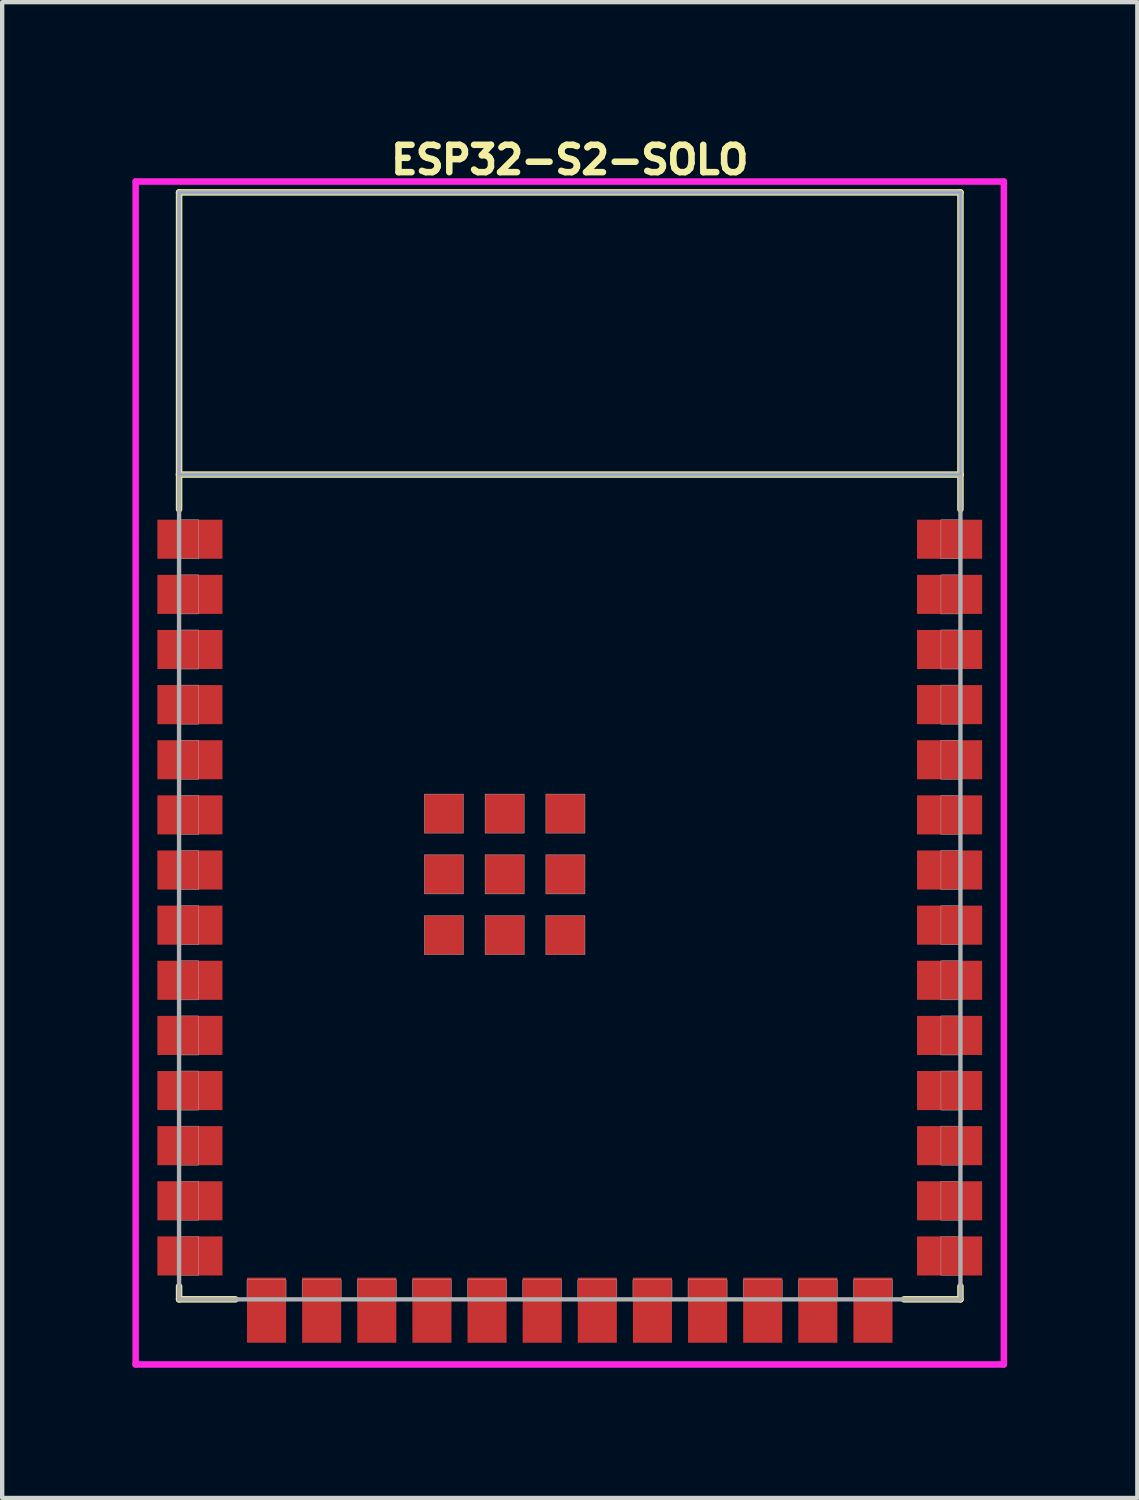
<source format=kicad_pcb>
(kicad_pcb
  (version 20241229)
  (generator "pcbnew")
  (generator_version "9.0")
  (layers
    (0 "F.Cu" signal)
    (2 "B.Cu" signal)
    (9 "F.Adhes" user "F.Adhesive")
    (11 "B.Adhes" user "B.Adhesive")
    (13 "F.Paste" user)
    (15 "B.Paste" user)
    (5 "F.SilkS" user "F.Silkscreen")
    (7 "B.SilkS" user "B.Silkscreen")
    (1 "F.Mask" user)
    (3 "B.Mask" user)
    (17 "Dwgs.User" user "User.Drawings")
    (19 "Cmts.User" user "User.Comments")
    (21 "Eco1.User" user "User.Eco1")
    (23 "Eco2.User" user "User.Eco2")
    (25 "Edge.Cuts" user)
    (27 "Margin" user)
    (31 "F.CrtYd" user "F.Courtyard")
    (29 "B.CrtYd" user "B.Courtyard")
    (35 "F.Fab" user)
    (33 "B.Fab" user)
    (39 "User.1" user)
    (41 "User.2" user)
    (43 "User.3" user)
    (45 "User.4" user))
  (footprint "ESP32-S2-SOLO"
    (layer "F.Cu")
    (at 10.075 27.382)
    (property "Reference" "ESP32-S2-SOLO" (at 0 -26.75 0) (layer "F.SilkS") (effects (font (size 0.63 0.63) (thickness 0.15))))
    (attr smd)
    (fp_line (start -9 -26) (end -9 -19.5) (stroke (width 0.15) (type solid)) (layer "F.SilkS"))
    (fp_line (start -9 -26) (end 9 -26) (stroke (width 0.15) (type solid)) (layer "F.SilkS"))
    (fp_line (start -9 -19.5) (end -9 -18.7) (stroke (width 0.15) (type solid)) (layer "F.SilkS"))
    (fp_line (start -9 -0.8) (end -9 -0.5) (stroke (width 0.15) (type solid)) (layer "F.SilkS"))
    (fp_line (start -9 -0.5) (end -7.7 -0.5) (stroke (width 0.15) (type solid)) (layer "F.SilkS"))
    (fp_line (start 7.7 -0.5) (end 9 -0.5) (stroke (width 0.15) (type solid)) (layer "F.SilkS"))
    (fp_line (start 9 -26) (end 9 -19.5) (stroke (width 0.15) (type solid)) (layer "F.SilkS"))
    (fp_line (start 9 -19.5) (end -9 -19.5) (stroke (width 0.15) (type solid)) (layer "F.SilkS"))
    (fp_line (start 9 -19.5) (end 9 -18.7) (stroke (width 0.15) (type solid)) (layer "F.SilkS"))
    (fp_line (start 9 -0.5) (end 9 -0.8) (stroke (width 0.15) (type solid)) (layer "F.SilkS"))
    (fp_poly (pts (xy -9 -26) (xy 9 -26) (xy 9 -19.5) (xy -9 -19.5)) (stroke (width 0.01) (type solid)) (fill no) (layer "B.CrtYd"))
    (fp_line (start -10 -26.25) (end 10 -26.25) (stroke (width 0.15) (type solid)) (layer "F.CrtYd"))
    (fp_line (start -10 1) (end -10 -26.25) (stroke (width 0.15) (type solid)) (layer "F.CrtYd"))
    (fp_line (start 10 -26.25) (end 10 1) (stroke (width 0.15) (type solid)) (layer "F.CrtYd"))
    (fp_line (start 10 1) (end -10 1) (stroke (width 0.15) (type solid)) (layer "F.CrtYd"))
    (fp_poly (pts (xy -9 -26) (xy 9 -26) (xy 9 -19.5) (xy -9 -19.5)) (stroke (width 0.01) (type solid)) (fill no) (layer "F.CrtYd"))
    (fp_line (start -9 -26) (end -9 -19.5) (stroke (width 0.1) (type solid)) (layer "F.Fab"))
    (fp_line (start -9 -19.5) (end -9 -0.5) (stroke (width 0.1) (type solid)) (layer "F.Fab"))
    (fp_line (start -9 -19.5) (end 9 -19.5) (stroke (width 0.1) (type solid)) (layer "F.Fab"))
    (fp_line (start -9 -0.5) (end 9 -0.5) (stroke (width 0.1) (type solid)) (layer "F.Fab"))
    (fp_line (start 9 -26) (end -9 -26) (stroke (width 0.1) (type solid)) (layer "F.Fab"))
    (fp_line (start 9 -19.5) (end 9 -26) (stroke (width 0.1) (type solid)) (layer "F.Fab"))
    (fp_line (start 9 -0.5) (end 9 -19.5) (stroke (width 0.1) (type solid)) (layer "F.Fab"))
    (fp_poly (pts (xy -9 -18.46) (xy -8.55 -18.46) (xy -8.55 -17.56) (xy -9 -17.56)) (stroke (width 0.01) (type solid)) (fill no) (layer "F.Fab"))
    (fp_poly (pts (xy -9 -17.19) (xy -8.55 -17.19) (xy -8.55 -16.29) (xy -9 -16.29)) (stroke (width 0.01) (type solid)) (fill no) (layer "F.Fab"))
    (fp_poly (pts (xy -9 -15.92) (xy -8.55 -15.92) (xy -8.55 -15.02) (xy -9 -15.02)) (stroke (width 0.01) (type solid)) (fill no) (layer "F.Fab"))
    (fp_poly (pts (xy -9 -14.65) (xy -8.55 -14.65) (xy -8.55 -13.75) (xy -9 -13.75)) (stroke (width 0.01) (type solid)) (fill no) (layer "F.Fab"))
    (fp_poly (pts (xy -9 -13.38) (xy -8.55 -13.38) (xy -8.55 -12.48) (xy -9 -12.48)) (stroke (width 0.01) (type solid)) (fill no) (layer "F.Fab"))
    (fp_poly (pts (xy -9 -12.11) (xy -8.55 -12.11) (xy -8.55 -11.21) (xy -9 -11.21)) (stroke (width 0.01) (type solid)) (fill no) (layer "F.Fab"))
    (fp_poly (pts (xy -9 -10.84) (xy -8.55 -10.84) (xy -8.55 -9.94) (xy -9 -9.94)) (stroke (width 0.01) (type solid)) (fill no) (layer "F.Fab"))
    (fp_poly (pts (xy -9 -9.57) (xy -8.55 -9.57) (xy -8.55 -8.67) (xy -9 -8.67)) (stroke (width 0.01) (type solid)) (fill no) (layer "F.Fab"))
    (fp_poly (pts (xy -9 -8.3) (xy -8.55 -8.3) (xy -8.55 -7.4) (xy -9 -7.4)) (stroke (width 0.01) (type solid)) (fill no) (layer "F.Fab"))
    (fp_poly (pts (xy -9 -7.03) (xy -8.55 -7.03) (xy -8.55 -6.13) (xy -9 -6.13)) (stroke (width 0.01) (type solid)) (fill no) (layer "F.Fab"))
    (fp_poly (pts (xy -9 -5.76) (xy -8.55 -5.76) (xy -8.55 -4.86) (xy -9 -4.86)) (stroke (width 0.01) (type solid)) (fill no) (layer "F.Fab"))
    (fp_poly (pts (xy -9 -4.49) (xy -8.55 -4.49) (xy -8.55 -3.59) (xy -9 -3.59)) (stroke (width 0.01) (type solid)) (fill no) (layer "F.Fab"))
    (fp_poly (pts (xy -9 -3.22) (xy -8.55 -3.22) (xy -8.55 -2.32) (xy -9 -2.32)) (stroke (width 0.01) (type solid)) (fill no) (layer "F.Fab"))
    (fp_poly (pts (xy -9 -1.95) (xy -8.55 -1.95) (xy -8.55 -1.05) (xy -9 -1.05)) (stroke (width 0.01) (type solid)) (fill no) (layer "F.Fab"))
    (fp_poly (pts (xy -7.435 -0.95) (xy -6.535 -0.95) (xy -6.535 -0.5) (xy -7.435 -0.5)) (stroke (width 0.01) (type solid)) (fill no) (layer "F.Fab"))
    (fp_poly (pts (xy -6.165 -0.95) (xy -5.265 -0.95) (xy -5.265 -0.5) (xy -6.165 -0.5)) (stroke (width 0.01) (type solid)) (fill no) (layer "F.Fab"))
    (fp_poly (pts (xy -4.895 -0.95) (xy -3.995 -0.95) (xy -3.995 -0.5) (xy -4.895 -0.5)) (stroke (width 0.01) (type solid)) (fill no) (layer "F.Fab"))
    (fp_poly (pts (xy -3.625 -0.95) (xy -2.725 -0.95) (xy -2.725 -0.5) (xy -3.625 -0.5)) (stroke (width 0.01) (type solid)) (fill no) (layer "F.Fab"))
    (fp_poly (pts (xy -3.35 -12.14) (xy -2.45 -12.14) (xy -2.45 -11.24) (xy -3.35 -11.24)) (stroke (width 0.01) (type solid)) (fill no) (layer "F.Fab"))
    (fp_poly (pts (xy -3.35 -10.74) (xy -2.45 -10.74) (xy -2.45 -9.84) (xy -3.35 -9.84)) (stroke (width 0.01) (type solid)) (fill no) (layer "F.Fab"))
    (fp_poly (pts (xy -3.35 -9.34) (xy -2.45 -9.34) (xy -2.45 -8.44) (xy -3.35 -8.44)) (stroke (width 0.01) (type solid)) (fill no) (layer "F.Fab"))
    (fp_poly (pts (xy -2.355 -0.95) (xy -1.455 -0.95) (xy -1.455 -0.5) (xy -2.355 -0.5)) (stroke (width 0.01) (type solid)) (fill no) (layer "F.Fab"))
    (fp_poly (pts (xy -1.95 -12.14) (xy -1.05 -12.14) (xy -1.05 -11.24) (xy -1.95 -11.24)) (stroke (width 0.01) (type solid)) (fill no) (layer "F.Fab"))
    (fp_poly (pts (xy -1.95 -10.74) (xy -1.05 -10.74) (xy -1.05 -9.84) (xy -1.95 -9.84)) (stroke (width 0.01) (type solid)) (fill no) (layer "F.Fab"))
    (fp_poly (pts (xy -1.95 -9.34) (xy -1.05 -9.34) (xy -1.05 -8.44) (xy -1.95 -8.44)) (stroke (width 0.01) (type solid)) (fill no) (layer "F.Fab"))
    (fp_poly (pts (xy -1.085 -0.95) (xy -0.185 -0.95) (xy -0.185 -0.5) (xy -1.085 -0.5)) (stroke (width 0.01) (type solid)) (fill no) (layer "F.Fab"))
    (fp_poly (pts (xy -0.55 -12.14) (xy 0.35 -12.14) (xy 0.35 -11.24) (xy -0.55 -11.24)) (stroke (width 0.01) (type solid)) (fill no) (layer "F.Fab"))
    (fp_poly (pts (xy -0.55 -10.74) (xy 0.35 -10.74) (xy 0.35 -9.84) (xy -0.55 -9.84)) (stroke (width 0.01) (type solid)) (fill no) (layer "F.Fab"))
    (fp_poly (pts (xy -0.55 -9.34) (xy 0.35 -9.34) (xy 0.35 -8.44) (xy -0.55 -8.44)) (stroke (width 0.01) (type solid)) (fill no) (layer "F.Fab"))
    (fp_poly (pts (xy 0.185 -0.95) (xy 1.085 -0.95) (xy 1.085 -0.5) (xy 0.185 -0.5)) (stroke (width 0.01) (type solid)) (fill no) (layer "F.Fab"))
    (fp_poly (pts (xy 1.455 -0.95) (xy 2.355 -0.95) (xy 2.355 -0.5) (xy 1.455 -0.5)) (stroke (width 0.01) (type solid)) (fill no) (layer "F.Fab"))
    (fp_poly (pts (xy 2.725 -0.95) (xy 3.625 -0.95) (xy 3.625 -0.5) (xy 2.725 -0.5)) (stroke (width 0.01) (type solid)) (fill no) (layer "F.Fab"))
    (fp_poly (pts (xy 3.995 -0.95) (xy 4.895 -0.95) (xy 4.895 -0.5) (xy 3.995 -0.5)) (stroke (width 0.01) (type solid)) (fill no) (layer "F.Fab"))
    (fp_poly (pts (xy 5.265 -0.95) (xy 6.165 -0.95) (xy 6.165 -0.5) (xy 5.265 -0.5)) (stroke (width 0.01) (type solid)) (fill no) (layer "F.Fab"))
    (fp_poly (pts (xy 6.535 -0.95) (xy 7.435 -0.95) (xy 7.435 -0.5) (xy 6.535 -0.5)) (stroke (width 0.01) (type solid)) (fill no) (layer "F.Fab"))
    (fp_poly (pts (xy 8.55 -18.46) (xy 9 -18.46) (xy 9 -17.56) (xy 8.55 -17.56)) (stroke (width 0.01) (type solid)) (fill no) (layer "F.Fab"))
    (fp_poly (pts (xy 8.55 -17.19) (xy 9 -17.19) (xy 9 -16.29) (xy 8.55 -16.29)) (stroke (width 0.01) (type solid)) (fill no) (layer "F.Fab"))
    (fp_poly (pts (xy 8.55 -15.92) (xy 9 -15.92) (xy 9 -15.02) (xy 8.55 -15.02)) (stroke (width 0.01) (type solid)) (fill no) (layer "F.Fab"))
    (fp_poly (pts (xy 8.55 -14.65) (xy 9 -14.65) (xy 9 -13.75) (xy 8.55 -13.75)) (stroke (width 0.01) (type solid)) (fill no) (layer "F.Fab"))
    (fp_poly (pts (xy 8.55 -13.38) (xy 9 -13.38) (xy 9 -12.48) (xy 8.55 -12.48)) (stroke (width 0.01) (type solid)) (fill no) (layer "F.Fab"))
    (fp_poly (pts (xy 8.55 -12.11) (xy 9 -12.11) (xy 9 -11.21) (xy 8.55 -11.21)) (stroke (width 0.01) (type solid)) (fill no) (layer "F.Fab"))
    (fp_poly (pts (xy 8.55 -10.84) (xy 9 -10.84) (xy 9 -9.94) (xy 8.55 -9.94)) (stroke (width 0.01) (type solid)) (fill no) (layer "F.Fab"))
    (fp_poly (pts (xy 8.55 -9.57) (xy 9 -9.57) (xy 9 -8.67) (xy 8.55 -8.67)) (stroke (width 0.01) (type solid)) (fill no) (layer "F.Fab"))
    (fp_poly (pts (xy 8.55 -8.3) (xy 9 -8.3) (xy 9 -7.4) (xy 8.55 -7.4)) (stroke (width 0.01) (type solid)) (fill no) (layer "F.Fab"))
    (fp_poly (pts (xy 8.55 -7.03) (xy 9 -7.03) (xy 9 -6.13) (xy 8.55 -6.13)) (stroke (width 0.01) (type solid)) (fill no) (layer "F.Fab"))
    (fp_poly (pts (xy 8.55 -5.76) (xy 9 -5.76) (xy 9 -4.86) (xy 8.55 -4.86)) (stroke (width 0.01) (type solid)) (fill no) (layer "F.Fab"))
    (fp_poly (pts (xy 8.55 -4.49) (xy 9 -4.49) (xy 9 -3.59) (xy 8.55 -3.59)) (stroke (width 0.01) (type solid)) (fill no) (layer "F.Fab"))
    (fp_poly (pts (xy 8.55 -3.22) (xy 9 -3.22) (xy 9 -2.32) (xy 8.55 -2.32)) (stroke (width 0.01) (type solid)) (fill no) (layer "F.Fab"))
    (fp_poly (pts (xy 8.55 -1.95) (xy 9 -1.95) (xy 9 -1.05) (xy 8.55 -1.05)) (stroke (width 0.01) (type solid)) (fill no) (layer "F.Fab"))
    (pad "1" smd rect (at -8.75 -18.01) (size 1.5 0.9) (layers "F.Cu" "F.Mask" "F.Paste"))
    (pad "2" smd rect (at -8.75 -16.74) (size 1.5 0.9) (layers "F.Cu" "F.Mask" "F.Paste"))
    (pad "3" smd rect (at -8.75 -15.47) (size 1.5 0.9) (layers "F.Cu" "F.Mask" "F.Paste"))
    (pad "4" smd rect (at -8.75 -14.2) (size 1.5 0.9) (layers "F.Cu" "F.Mask" "F.Paste"))
    (pad "5" smd rect (at -8.75 -12.93) (size 1.5 0.9) (layers "F.Cu" "F.Mask" "F.Paste"))
    (pad "6" smd rect (at -8.75 -11.66) (size 1.5 0.9) (layers "F.Cu" "F.Mask" "F.Paste"))
    (pad "7" smd rect (at -8.75 -10.39) (size 1.5 0.9) (layers "F.Cu" "F.Mask" "F.Paste"))
    (pad "8" smd rect (at -8.75 -9.12) (size 1.5 0.9) (layers "F.Cu" "F.Mask" "F.Paste"))
    (pad "9" smd rect (at -8.75 -7.85) (size 1.5 0.9) (layers "F.Cu" "F.Mask" "F.Paste"))
    (pad "10" smd rect (at -8.75 -6.58) (size 1.5 0.9) (layers "F.Cu" "F.Mask" "F.Paste"))
    (pad "11" smd rect (at -8.75 -5.31) (size 1.5 0.9) (layers "F.Cu" "F.Mask" "F.Paste"))
    (pad "12" smd rect (at -8.75 -4.04) (size 1.5 0.9) (layers "F.Cu" "F.Mask" "F.Paste"))
    (pad "13" smd rect (at -8.75 -2.77) (size 1.5 0.9) (layers "F.Cu" "F.Mask" "F.Paste"))
    (pad "14" smd rect (at -8.75 -1.5) (size 1.5 0.9) (layers "F.Cu" "F.Mask" "F.Paste"))
    (pad "15" smd rect (at -6.985 -0.25) (size 0.9 1.5) (layers "F.Cu" "F.Mask" "F.Paste"))
    (pad "16" smd rect (at -5.715 -0.25) (size 0.9 1.5) (layers "F.Cu" "F.Mask" "F.Paste"))
    (pad "17" smd rect (at -4.445 -0.25) (size 0.9 1.5) (layers "F.Cu" "F.Mask" "F.Paste"))
    (pad "18" smd rect (at -3.175 -0.25) (size 0.9 1.5) (layers "F.Cu" "F.Mask" "F.Paste"))
    (pad "19" smd rect (at -1.905 -0.25) (size 0.9 1.5) (layers "F.Cu" "F.Mask" "F.Paste"))
    (pad "20" smd rect (at -0.635 -0.25) (size 0.9 1.5) (layers "F.Cu" "F.Mask" "F.Paste"))
    (pad "21" smd rect (at 0.635 -0.25) (size 0.9 1.5) (layers "F.Cu" "F.Mask" "F.Paste"))
    (pad "22" smd rect (at 1.905 -0.25) (size 0.9 1.5) (layers "F.Cu" "F.Mask" "F.Paste"))
    (pad "23" smd rect (at 3.175 -0.25) (size 0.9 1.5) (layers "F.Cu" "F.Mask" "F.Paste"))
    (pad "24" smd rect (at 4.445 -0.25) (size 0.9 1.5) (layers "F.Cu" "F.Mask" "F.Paste"))
    (pad "25" smd rect (at 5.715 -0.25) (size 0.9 1.5) (layers "F.Cu" "F.Mask" "F.Paste"))
    (pad "26" smd rect (at 6.985 -0.25) (size 0.9 1.5) (layers "F.Cu" "F.Mask" "F.Paste"))
    (pad "27" smd rect (at 8.75 -1.5) (size 1.5 0.9) (layers "F.Cu" "F.Mask" "F.Paste"))
    (pad "28" smd rect (at 8.75 -2.77) (size 1.5 0.9) (layers "F.Cu" "F.Mask" "F.Paste"))
    (pad "29" smd rect (at 8.75 -4.04) (size 1.5 0.9) (layers "F.Cu" "F.Mask" "F.Paste"))
    (pad "30" smd rect (at 8.75 -5.31) (size 1.5 0.9) (layers "F.Cu" "F.Mask" "F.Paste"))
    (pad "31" smd rect (at 8.75 -6.58) (size 1.5 0.9) (layers "F.Cu" "F.Mask" "F.Paste"))
    (pad "32" smd rect (at 8.75 -7.85) (size 1.5 0.9) (layers "F.Cu" "F.Mask" "F.Paste"))
    (pad "33" smd rect (at 8.75 -9.12) (size 1.5 0.9) (layers "F.Cu" "F.Mask" "F.Paste"))
    (pad "34" smd rect (at 8.75 -10.39) (size 1.5 0.9) (layers "F.Cu" "F.Mask" "F.Paste"))
    (pad "35" smd rect (at 8.75 -11.66) (size 1.5 0.9) (layers "F.Cu" "F.Mask" "F.Paste"))
    (pad "36" smd rect (at 8.75 -12.93) (size 1.5 0.9) (layers "F.Cu" "F.Mask" "F.Paste"))
    (pad "37" smd rect (at 8.75 -14.2) (size 1.5 0.9) (layers "F.Cu" "F.Mask" "F.Paste"))
    (pad "38" smd rect (at 8.75 -15.47) (size 1.5 0.9) (layers "F.Cu" "F.Mask" "F.Paste"))
    (pad "39" smd rect (at 8.75 -16.74) (size 1.5 0.9) (layers "F.Cu" "F.Mask" "F.Paste"))
    (pad "40" smd rect (at 8.75 -18.01) (size 1.5 0.9) (layers "F.Cu" "F.Mask" "F.Paste"))
    (pad "PAD@1" smd rect (at -2.9 -11.69) (size 0.9 0.9) (layers "F.Cu" "F.Mask" "F.Paste"))
    (pad "PAD@2" smd rect (at -1.5 -11.69) (size 0.9 0.9) (layers "F.Cu" "F.Mask" "F.Paste"))
    (pad "PAD@3" smd rect (at -0.1 -11.69) (size 0.9 0.9) (layers "F.Cu" "F.Mask" "F.Paste"))
    (pad "PAD@4" smd rect (at -2.9 -10.29) (size 0.9 0.9) (layers "F.Cu" "F.Mask" "F.Paste"))
    (pad "PAD@5" smd rect (at -1.5 -10.29) (size 0.9 0.9) (layers "F.Cu" "F.Mask" "F.Paste"))
    (pad "PAD@6" smd rect (at -0.1 -10.29) (size 0.9 0.9) (layers "F.Cu" "F.Mask" "F.Paste"))
    (pad "PAD@7" smd rect (at -2.9 -8.89) (size 0.9 0.9) (layers "F.Cu" "F.Mask" "F.Paste"))
    (pad "PAD@8" smd rect (at -1.5 -8.89) (size 0.9 0.9) (layers "F.Cu" "F.Mask" "F.Paste"))
    (pad "PAD@9" smd rect (at -0.1 -8.89) (size 0.9 0.9) (layers "F.Cu" "F.Mask" "F.Paste"))
    (zone (net_name "") (layer "F.Cu") (hatch full 0.508) (connect_pads) (min_thickness 0.01) (filled_areas_thickness no) (keepout (tracks not_allowed) (vias not_allowed) (pads not_allowed) (copperpour not_allowed) (footprints allowed)) (placement (enabled no)) (fill) (polygon (pts (xy 1.075 1.382) (xy 19.075 1.382) (xy 19.075 7.882) (xy 1.075 7.882))))
    (zone (net_name "") (layers "F.Cu" "B.Cu") (hatch full 0.508) (connect_pads) (min_thickness 0.01) (filled_areas_thickness no) (keepout (tracks allowed) (vias not_allowed) (pads allowed) (copperpour allowed) (footprints allowed)) (placement (enabled no)) (fill) (polygon (pts (xy 1.075 1.382) (xy 19.075 1.382) (xy 19.075 7.882) (xy 1.075 7.882))))
    (zone (net_name "") (layer "B.Cu") (hatch full 0.508) (connect_pads) (min_thickness 0.01) (filled_areas_thickness no) (keepout (tracks not_allowed) (vias not_allowed) (pads not_allowed) (copperpour not_allowed) (footprints allowed)) (placement (enabled no)) (fill) (polygon (pts (xy 1.075 1.382) (xy 19.075 1.382) (xy 19.075 7.882) (xy 1.075 7.882)))))
  (gr_rect
    (start -3 -3)
    (end 23.15 31.457)
    (stroke (width 0.1) (type default))
    (fill no)
    (layer "Edge.Cuts")))
</source>
